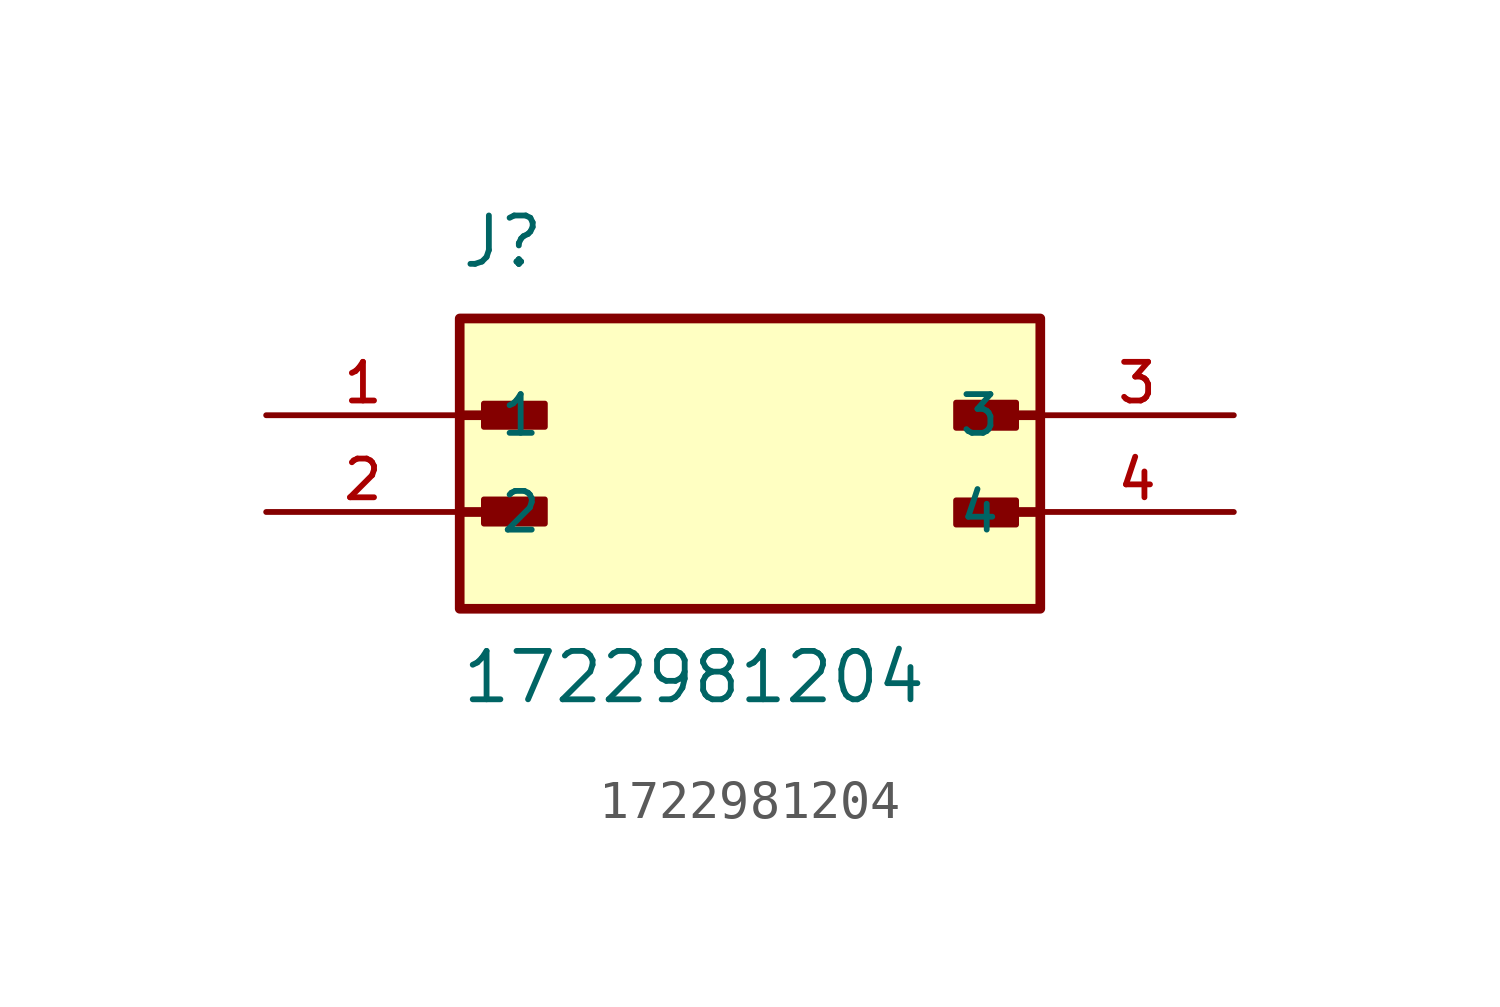
<source format=kicad_sym>
(kicad_symbol_lib
  (version 20211014)
  (generator kicad_symbol_editor)
  (symbol "1722981204"
    (pin_names
      (offset 1.016))
    (property "Reference" "J"
      (at -7.62 3.81 0)
      (effects (font (size 1.27 1.27)) (justify left bottom)))
    (property "Value" "1722981204"
      (at -7.62 -7.62 0)
      (effects (font (size 1.27 1.27)) (justify left bottom)))
    (property "ki_locked" ""
      (at 0 0 0)
      (effects (font (size 1.27 1.27))))
    (symbol "1722981204_0_0"
      (rectangle (start -7.62 -5.08) (end 7.62 2.54) (stroke (width 0.254) (type default) (color 0 0 0 0)) (fill (type background)))
      (rectangle (start -6.985 -2.845) (end -5.385 -2.21) (stroke (width 0) (type default) (color 0 0 0 0)) (fill (type outline)))
      (rectangle (start -6.985 -0.305) (end -5.385 0.305) (stroke (width 0) (type default) (color 0 0 0 0)) (fill (type outline)))
      (polyline (pts (xy -7.62 -2.54) (xy -5.715 -2.54)) (stroke (width 0.254) (type default) (color 0 0 0 0)) (fill (type none)))
      (polyline (pts (xy -7.62 0) (xy -5.715 0)) (stroke (width 0.254) (type default) (color 0 0 0 0)) (fill (type none)))
      (polyline (pts (xy 7.62 -2.54) (xy 5.715 -2.54)) (stroke (width 0.254) (type default) (color 0 0 0 0)) (fill (type none)))
      (polyline (pts (xy 7.62 0) (xy 5.715 0)) (stroke (width 0.254) (type default) (color 0 0 0 0)) (fill (type none)))
      (polyline (pts (xy 5.41 -2.235) (xy 6.985 -2.235) (xy 6.985 -2.87) (xy 5.41 -2.87) (xy 5.41 -2.235)) (stroke (width 0) (type default) (color 0 0 0 0)) (fill (type outline)))
      (polyline (pts (xy 5.41 0.33) (xy 6.985 0.33) (xy 6.985 -0.33) (xy 5.41 -0.33) (xy 5.41 0.33)) (stroke (width 0) (type default) (color 0 0 0 0)) (fill (type outline)))
      (pin passive line (at -12.7 0 0) (length 5.08) (name "1" (effects (font (size 1.016 1.016)))) (number "1" (effects (font (size 1.016 1.016)))))
      (pin passive line (at -12.7 -2.54 0) (length 5.08) (name "2" (effects (font (size 1.016 1.016)))) (number "2" (effects (font (size 1.016 1.016)))))
      (pin passive line (at 12.7 0 180) (length 5.08) (name "3" (effects (font (size 1.016 1.016)))) (number "3" (effects (font (size 1.016 1.016)))))
      (pin passive line (at 12.7 -2.54 180) (length 5.08) (name "4" (effects (font (size 1.016 1.016)))) (number "4" (effects (font (size 1.016 1.016))))))))
</source>
